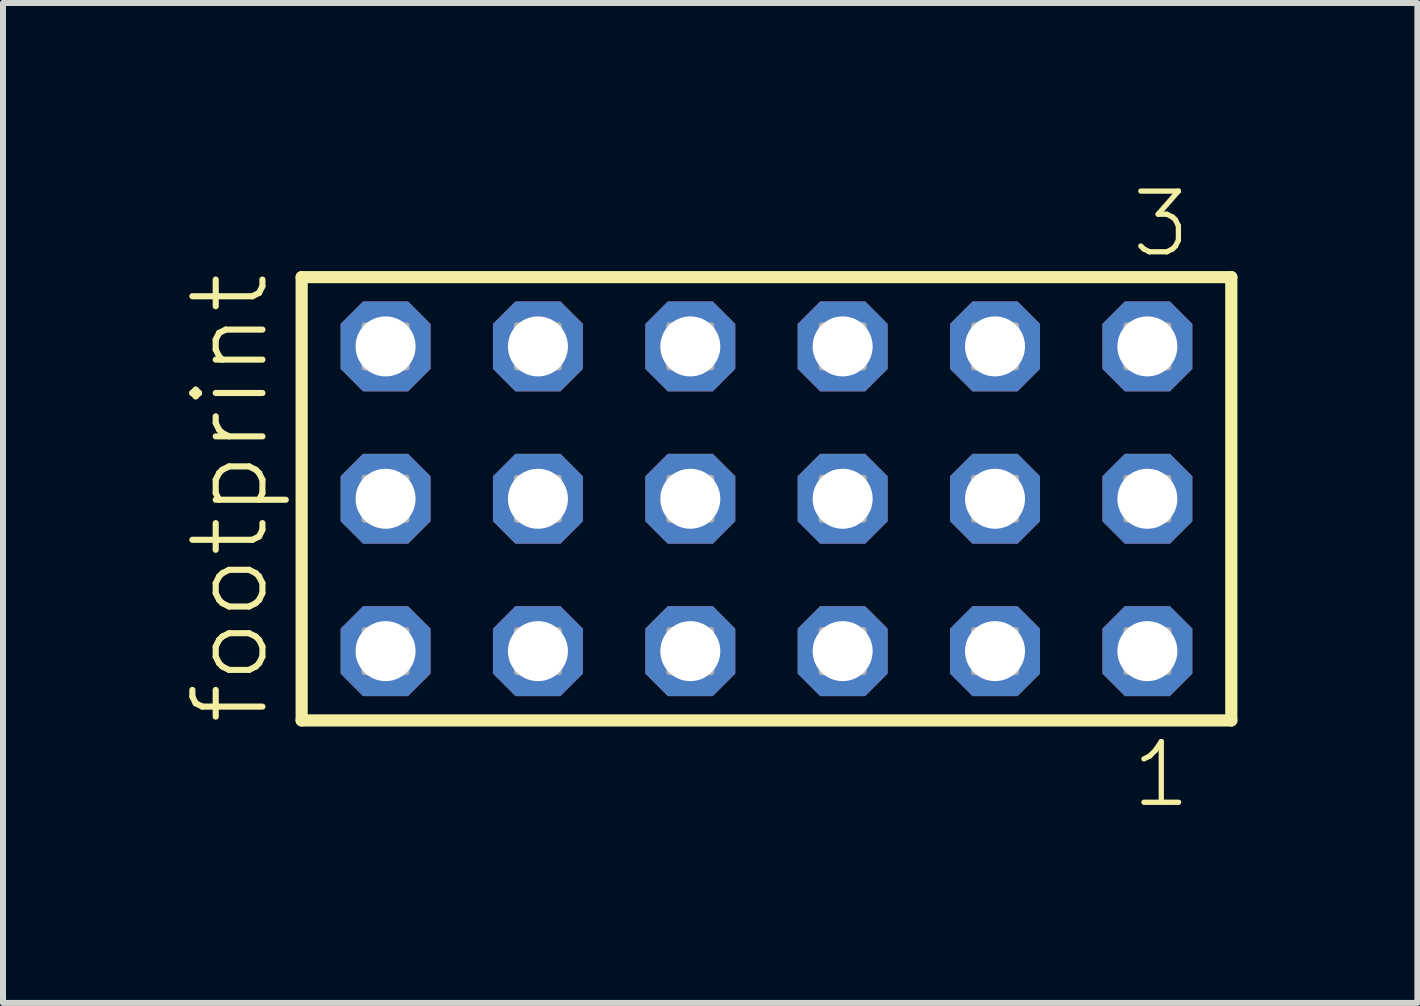
<source format=kicad_pcb>
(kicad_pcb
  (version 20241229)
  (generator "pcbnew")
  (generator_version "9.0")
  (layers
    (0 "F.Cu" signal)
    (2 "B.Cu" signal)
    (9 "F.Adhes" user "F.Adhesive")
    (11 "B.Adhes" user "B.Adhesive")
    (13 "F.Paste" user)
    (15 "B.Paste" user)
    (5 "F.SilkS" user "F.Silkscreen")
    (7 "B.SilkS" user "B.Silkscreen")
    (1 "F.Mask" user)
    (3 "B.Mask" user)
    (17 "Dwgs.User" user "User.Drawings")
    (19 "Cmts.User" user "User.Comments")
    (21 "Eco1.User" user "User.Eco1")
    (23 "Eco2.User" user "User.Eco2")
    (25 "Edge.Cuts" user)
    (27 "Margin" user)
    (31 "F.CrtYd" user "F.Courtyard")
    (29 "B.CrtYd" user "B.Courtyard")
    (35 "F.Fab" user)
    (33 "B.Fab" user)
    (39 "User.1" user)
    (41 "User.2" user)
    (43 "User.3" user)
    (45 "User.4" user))
  (footprint "footprint"
    (layer "F.Cu")
    (at 9.728 5.265)
    (property "Reference" "footprint" (at -8.255 3.81 90) (layer "F.SilkS") (effects (font (size 1.168 1.168) (thickness 0.102)) (justify left bottom)))
    (fp_line (start -7.749 -3.695) (end 7.749 -3.695) (stroke (width 0.203) (type solid)) (layer "F.SilkS"))
    (fp_line (start -7.749 3.695) (end -7.749 -3.695) (stroke (width 0.203) (type solid)) (layer "F.SilkS"))
    (fp_line (start 7.749 -3.695) (end 7.749 3.695) (stroke (width 0.203) (type solid)) (layer "F.SilkS"))
    (fp_line (start 7.749 3.695) (end -7.749 3.695) (stroke (width 0.203) (type solid)) (layer "F.SilkS"))
    (fp_poly (pts (xy -6.7 -2.19) (xy -6 -2.19) (xy -6 -2.89) (xy -6.7 -2.89)) (stroke (width 0.1) (type solid)) (fill no) (layer "F.Fab"))
    (fp_poly (pts (xy -6.7 0.35) (xy -6 0.35) (xy -6 -0.35) (xy -6.7 -0.35)) (stroke (width 0.1) (type solid)) (fill no) (layer "F.Fab"))
    (fp_poly (pts (xy -6.7 2.89) (xy -6 2.89) (xy -6 2.19) (xy -6.7 2.19)) (stroke (width 0.1) (type solid)) (fill no) (layer "F.Fab"))
    (fp_poly (pts (xy -4.16 -2.19) (xy -3.46 -2.19) (xy -3.46 -2.89) (xy -4.16 -2.89)) (stroke (width 0.1) (type solid)) (fill no) (layer "F.Fab"))
    (fp_poly (pts (xy -4.16 0.35) (xy -3.46 0.35) (xy -3.46 -0.35) (xy -4.16 -0.35)) (stroke (width 0.1) (type solid)) (fill no) (layer "F.Fab"))
    (fp_poly (pts (xy -4.16 2.89) (xy -3.46 2.89) (xy -3.46 2.19) (xy -4.16 2.19)) (stroke (width 0.1) (type solid)) (fill no) (layer "F.Fab"))
    (fp_poly (pts (xy -1.62 -2.19) (xy -0.92 -2.19) (xy -0.92 -2.89) (xy -1.62 -2.89)) (stroke (width 0.1) (type solid)) (fill no) (layer "F.Fab"))
    (fp_poly (pts (xy -1.62 0.35) (xy -0.92 0.35) (xy -0.92 -0.35) (xy -1.62 -0.35)) (stroke (width 0.1) (type solid)) (fill no) (layer "F.Fab"))
    (fp_poly (pts (xy -1.62 2.89) (xy -0.92 2.89) (xy -0.92 2.19) (xy -1.62 2.19)) (stroke (width 0.1) (type solid)) (fill no) (layer "F.Fab"))
    (fp_poly (pts (xy 0.92 -2.19) (xy 1.62 -2.19) (xy 1.62 -2.89) (xy 0.92 -2.89)) (stroke (width 0.1) (type solid)) (fill no) (layer "F.Fab"))
    (fp_poly (pts (xy 0.92 0.35) (xy 1.62 0.35) (xy 1.62 -0.35) (xy 0.92 -0.35)) (stroke (width 0.1) (type solid)) (fill no) (layer "F.Fab"))
    (fp_poly (pts (xy 0.92 2.89) (xy 1.62 2.89) (xy 1.62 2.19) (xy 0.92 2.19)) (stroke (width 0.1) (type solid)) (fill no) (layer "F.Fab"))
    (fp_poly (pts (xy 3.46 -2.19) (xy 4.16 -2.19) (xy 4.16 -2.89) (xy 3.46 -2.89)) (stroke (width 0.1) (type solid)) (fill no) (layer "F.Fab"))
    (fp_poly (pts (xy 3.46 0.35) (xy 4.16 0.35) (xy 4.16 -0.35) (xy 3.46 -0.35)) (stroke (width 0.1) (type solid)) (fill no) (layer "F.Fab"))
    (fp_poly (pts (xy 3.46 2.89) (xy 4.16 2.89) (xy 4.16 2.19) (xy 3.46 2.19)) (stroke (width 0.1) (type solid)) (fill no) (layer "F.Fab"))
    (fp_poly (pts (xy 6 -2.19) (xy 6.7 -2.19) (xy 6.7 -2.89) (xy 6 -2.89)) (stroke (width 0.1) (type solid)) (fill no) (layer "F.Fab"))
    (fp_poly (pts (xy 6 0.35) (xy 6.7 0.35) (xy 6.7 -0.35) (xy 6 -0.35)) (stroke (width 0.1) (type solid)) (fill no) (layer "F.Fab"))
    (fp_poly (pts (xy 6 2.89) (xy 6.7 2.89) (xy 6.7 2.19) (xy 6 2.19)) (stroke (width 0.1) (type solid)) (fill no) (layer "F.Fab"))
    (fp_text user "1" (at 6.042 5.188 0) (layer "F.SilkS") (effects (font (size 1.012 1.012) (thickness 0.088)) (justify left bottom)))
    (fp_text user "3" (at 6.038 -3.989 0) (layer "F.SilkS") (effects (font (size 1.012 1.012) (thickness 0.088)) (justify left bottom)))
    (pad "1" thru_hole roundrect (at 6.35 2.54 180) (size 1.5 1.5) (drill 1) (layers "*.Cu" "*.Mask") (roundrect_rratio 0.25) (chamfer_ratio 0.25) (chamfer top_left top_right bottom_left bottom_right))
    (pad "2" thru_hole roundrect (at 6.35 0 180) (size 1.5 1.5) (drill 1) (layers "*.Cu" "*.Mask") (roundrect_rratio 0.25) (chamfer_ratio 0.25) (chamfer top_left top_right bottom_left bottom_right))
    (pad "3" thru_hole roundrect (at 6.35 -2.54 180) (size 1.5 1.5) (drill 1) (layers "*.Cu" "*.Mask") (roundrect_rratio 0.25) (chamfer_ratio 0.25) (chamfer top_left top_right bottom_left bottom_right))
    (pad "4" thru_hole roundrect (at 3.81 2.54 180) (size 1.5 1.5) (drill 1) (layers "*.Cu" "*.Mask") (roundrect_rratio 0.25) (chamfer_ratio 0.25) (chamfer top_left top_right bottom_left bottom_right))
    (pad "5" thru_hole roundrect (at 3.81 0 180) (size 1.5 1.5) (drill 1) (layers "*.Cu" "*.Mask") (roundrect_rratio 0.25) (chamfer_ratio 0.25) (chamfer top_left top_right bottom_left bottom_right))
    (pad "6" thru_hole roundrect (at 3.81 -2.54 180) (size 1.5 1.5) (drill 1) (layers "*.Cu" "*.Mask") (roundrect_rratio 0.25) (chamfer_ratio 0.25) (chamfer top_left top_right bottom_left bottom_right))
    (pad "7" thru_hole roundrect (at 1.27 2.54 180) (size 1.5 1.5) (drill 1) (layers "*.Cu" "*.Mask") (roundrect_rratio 0.25) (chamfer_ratio 0.25) (chamfer top_left top_right bottom_left bottom_right))
    (pad "8" thru_hole roundrect (at 1.27 0 180) (size 1.5 1.5) (drill 1) (layers "*.Cu" "*.Mask") (roundrect_rratio 0.25) (chamfer_ratio 0.25) (chamfer top_left top_right bottom_left bottom_right))
    (pad "9" thru_hole roundrect (at 1.27 -2.54 180) (size 1.5 1.5) (drill 1) (layers "*.Cu" "*.Mask") (roundrect_rratio 0.25) (chamfer_ratio 0.25) (chamfer top_left top_right bottom_left bottom_right))
    (pad "10" thru_hole roundrect (at -1.27 2.54 180) (size 1.5 1.5) (drill 1) (layers "*.Cu" "*.Mask") (roundrect_rratio 0.25) (chamfer_ratio 0.25) (chamfer top_left top_right bottom_left bottom_right))
    (pad "11" thru_hole roundrect (at -1.27 0 180) (size 1.5 1.5) (drill 1) (layers "*.Cu" "*.Mask") (roundrect_rratio 0.25) (chamfer_ratio 0.25) (chamfer top_left top_right bottom_left bottom_right))
    (pad "12" thru_hole roundrect (at -1.27 -2.54 180) (size 1.5 1.5) (drill 1) (layers "*.Cu" "*.Mask") (roundrect_rratio 0.25) (chamfer_ratio 0.25) (chamfer top_left top_right bottom_left bottom_right))
    (pad "13" thru_hole roundrect (at -3.81 2.54 180) (size 1.5 1.5) (drill 1) (layers "*.Cu" "*.Mask") (roundrect_rratio 0.25) (chamfer_ratio 0.25) (chamfer top_left top_right bottom_left bottom_right))
    (pad "14" thru_hole roundrect (at -3.81 0 180) (size 1.5 1.5) (drill 1) (layers "*.Cu" "*.Mask") (roundrect_rratio 0.25) (chamfer_ratio 0.25) (chamfer top_left top_right bottom_left bottom_right))
    (pad "15" thru_hole roundrect (at -3.81 -2.54 180) (size 1.5 1.5) (drill 1) (layers "*.Cu" "*.Mask") (roundrect_rratio 0.25) (chamfer_ratio 0.25) (chamfer top_left top_right bottom_left bottom_right))
    (pad "16" thru_hole roundrect (at -6.35 2.54 180) (size 1.5 1.5) (drill 1) (layers "*.Cu" "*.Mask") (roundrect_rratio 0.25) (chamfer_ratio 0.25) (chamfer top_left top_right bottom_left bottom_right))
    (pad "17" thru_hole roundrect (at -6.35 0 180) (size 1.5 1.5) (drill 1) (layers "*.Cu" "*.Mask") (roundrect_rratio 0.25) (chamfer_ratio 0.25) (chamfer top_left top_right bottom_left bottom_right))
    (pad "18" thru_hole roundrect (at -6.35 -2.54 180) (size 1.5 1.5) (drill 1) (layers "*.Cu" "*.Mask") (roundrect_rratio 0.25) (chamfer_ratio 0.25) (chamfer top_left top_right bottom_left bottom_right)))
  (gr_rect
    (start -3 -3)
    (end 20.579 13.67)
    (stroke (width 0.1) (type default))
    (fill no)
    (layer "Edge.Cuts")))
</source>
